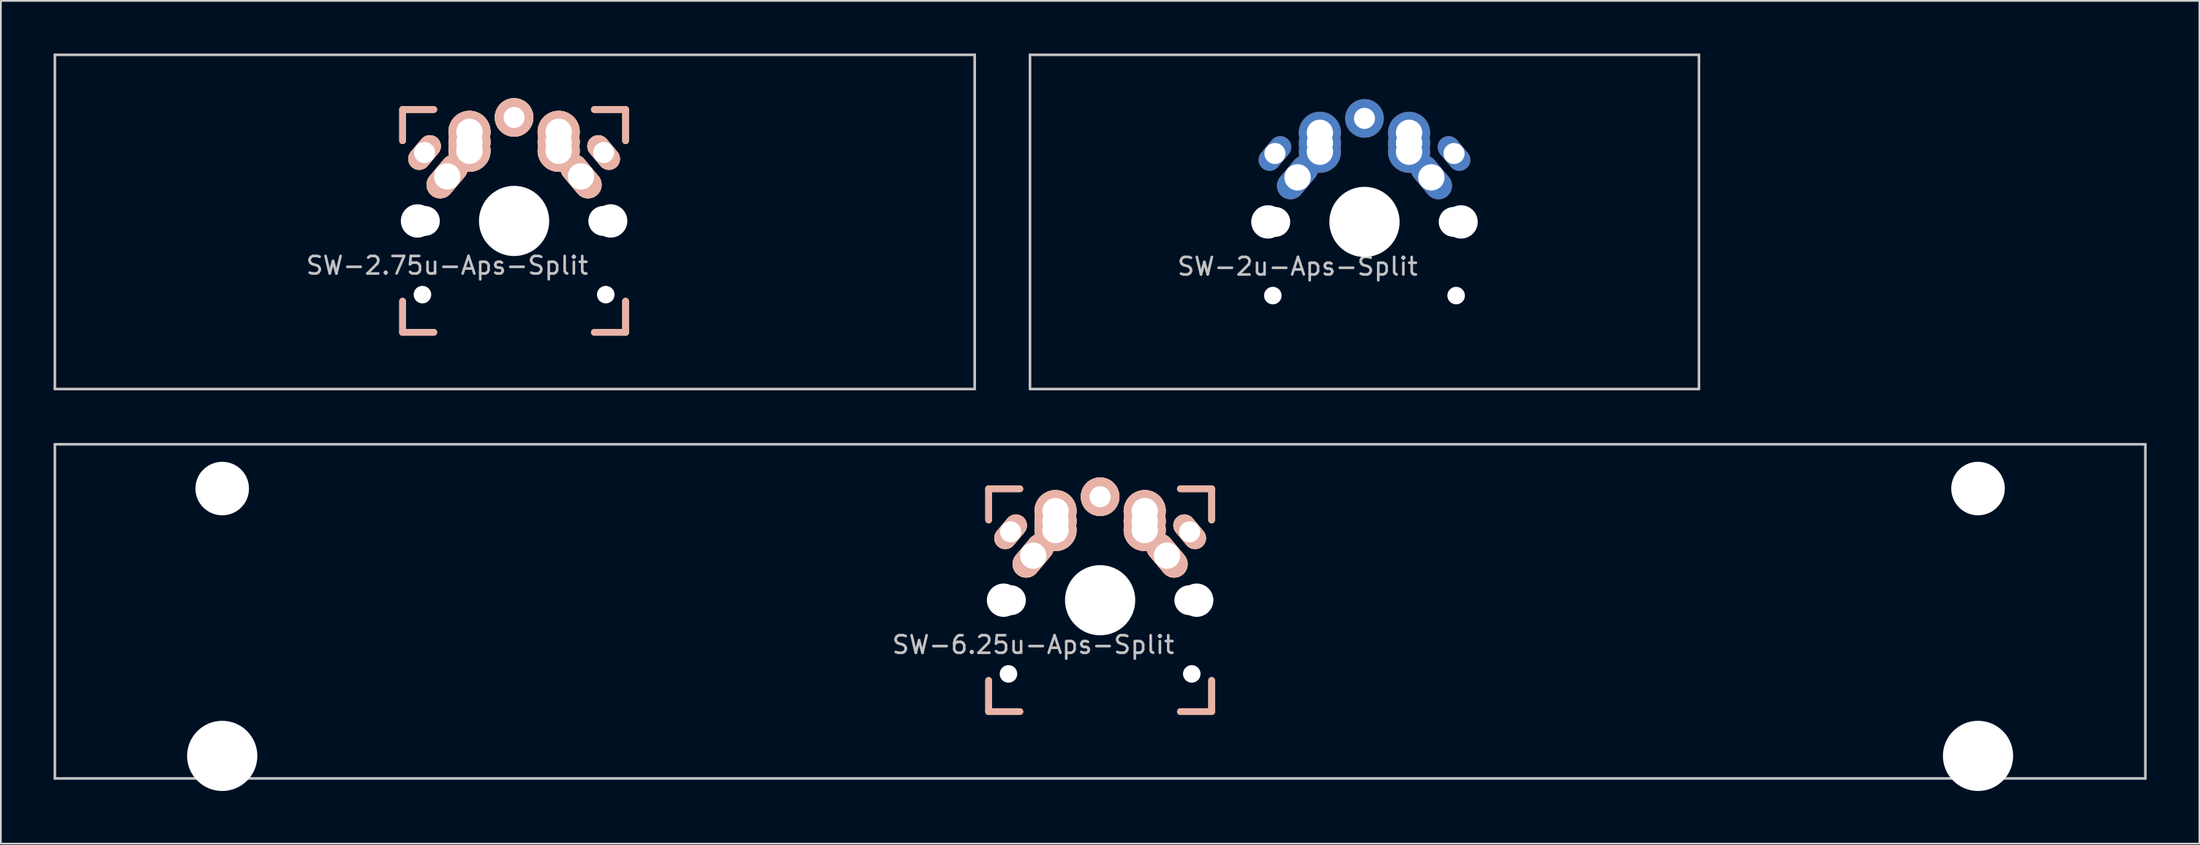
<source format=kicad_pcb>
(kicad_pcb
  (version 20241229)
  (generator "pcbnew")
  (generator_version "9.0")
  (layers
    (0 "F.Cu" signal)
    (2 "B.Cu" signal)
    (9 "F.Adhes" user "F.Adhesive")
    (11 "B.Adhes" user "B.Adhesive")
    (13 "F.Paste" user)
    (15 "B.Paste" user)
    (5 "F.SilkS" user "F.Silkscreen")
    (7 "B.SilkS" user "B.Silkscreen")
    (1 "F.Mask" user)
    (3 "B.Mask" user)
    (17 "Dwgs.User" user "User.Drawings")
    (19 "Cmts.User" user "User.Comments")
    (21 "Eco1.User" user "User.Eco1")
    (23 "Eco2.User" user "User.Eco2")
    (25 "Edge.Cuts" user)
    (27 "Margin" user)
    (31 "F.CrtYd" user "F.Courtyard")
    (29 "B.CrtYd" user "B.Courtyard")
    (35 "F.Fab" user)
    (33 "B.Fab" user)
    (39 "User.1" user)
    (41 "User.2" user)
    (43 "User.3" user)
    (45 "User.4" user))
  (footprint "SW-2u-Aps-Split"
    (layer "F.Cu")
    (at 74.662 9.6)
    (property "Reference" "SW-2u-Aps-Split" (at -3.81 2.54 0) (layer "Dwgs.User") (effects (font (size 1 1) (thickness 0.15))))
    (attr through_hole)
    (fp_line (start -19.05 -9.525) (end 19.05 -9.525) (stroke (width 0.15) (type solid)) (layer "Dwgs.User"))
    (fp_line (start -19.05 9.525) (end -19.05 -9.525) (stroke (width 0.15) (type solid)) (layer "Dwgs.User"))
    (fp_line (start 19.05 -9.525) (end 19.05 9.525) (stroke (width 0.15) (type solid)) (layer "Dwgs.User"))
    (fp_line (start 19.05 9.525) (end -19.05 9.525) (stroke (width 0.15) (type solid)) (layer "Dwgs.User"))
    (fp_line (start -7.798 -6.005) (end -6.985 -6.005) (stroke (width 0.152) (type solid)) (layer "Eco2.User"))
    (fp_line (start -7.798 -2.504) (end -7.798 -6.005) (stroke (width 0.152) (type solid)) (layer "Eco2.User"))
    (fp_line (start -7.798 2.504) (end -6.985 2.504) (stroke (width 0.152) (type solid)) (layer "Eco2.User"))
    (fp_line (start -7.798 6.005) (end -7.798 2.504) (stroke (width 0.152) (type solid)) (layer "Eco2.User"))
    (fp_line (start -6.985 -6.985) (end 6.985 -6.985) (stroke (width 0.152) (type solid)) (layer "Eco2.User"))
    (fp_line (start -6.985 -6.005) (end -6.985 -6.985) (stroke (width 0.152) (type solid)) (layer "Eco2.User"))
    (fp_line (start -6.985 -2.504) (end -7.798 -2.504) (stroke (width 0.152) (type solid)) (layer "Eco2.User"))
    (fp_line (start -6.985 2.504) (end -6.985 -2.504) (stroke (width 0.152) (type solid)) (layer "Eco2.User"))
    (fp_line (start -6.985 6.005) (end -7.798 6.005) (stroke (width 0.152) (type solid)) (layer "Eco2.User"))
    (fp_line (start -6.985 6.985) (end -6.985 6.005) (stroke (width 0.152) (type solid)) (layer "Eco2.User"))
    (fp_line (start 6.985 -6.985) (end 6.985 -6.005) (stroke (width 0.152) (type solid)) (layer "Eco2.User"))
    (fp_line (start 6.985 -6.005) (end 7.798 -6.005) (stroke (width 0.152) (type solid)) (layer "Eco2.User"))
    (fp_line (start 6.985 -2.504) (end 6.985 2.504) (stroke (width 0.152) (type solid)) (layer "Eco2.User"))
    (fp_line (start 6.985 2.504) (end 7.798 2.504) (stroke (width 0.152) (type solid)) (layer "Eco2.User"))
    (fp_line (start 6.985 6.005) (end 6.985 6.985) (stroke (width 0.152) (type solid)) (layer "Eco2.User"))
    (fp_line (start 6.985 6.985) (end -6.985 6.985) (stroke (width 0.152) (type solid)) (layer "Eco2.User"))
    (fp_line (start 7.798 -6.005) (end 7.798 -2.504) (stroke (width 0.152) (type solid)) (layer "Eco2.User"))
    (fp_line (start 7.798 -2.504) (end 6.985 -2.504) (stroke (width 0.152) (type solid)) (layer "Eco2.User"))
    (fp_line (start 7.798 2.504) (end 7.798 6.005) (stroke (width 0.152) (type solid)) (layer "Eco2.User"))
    (fp_line (start 7.798 6.005) (end 6.985 6.005) (stroke (width 0.152) (type solid)) (layer "Eco2.User"))
    (fp_text user " " (at 5.08 5.08 180) (layer "Dwgs.User") (effects (font (size 1 1) (thickness 0.15))))
    (fp_text user " " (at -5.08 5.08 0) (layer "Dwgs.User") (effects (font (size 1 1) (thickness 0.15))))
    (fp_text user " " (at 0 0 0) (layer "F.Fab") (effects (font (size 1 1) (thickness 0.15))))
    (pad "" np_thru_hole circle (at -5.5 0 90) (size 1.9 1.9) (drill 1.9) (layers "*.Cu" "*.Mask"))
    (pad "" np_thru_hole circle (at -5.22 4.2) (size 1 1) (drill 1) (layers "*.Cu" "*.Mask"))
    (pad "" np_thru_hole circle (at -5.08 0) (size 1.7 1.7) (drill 1.7) (layers "*.Cu" "*.Mask"))
    (pad "" np_thru_hole circle (at 0 0 90) (size 4 4) (drill 4) (layers "*.Cu" "*.Mask"))
    (pad "" np_thru_hole circle (at 5.08 0) (size 1.7 1.7) (drill 1.7) (layers "*.Cu" "*.Mask"))
    (pad "" np_thru_hole circle (at 5.22 4.2) (size 1 1) (drill 1) (layers "*.Cu" "*.Mask"))
    (pad "" np_thru_hole circle (at 5.5 0 90) (size 1.9 1.9) (drill 1.9) (layers "*.Cu" "*.Mask"))
    (pad "1" thru_hole circle (at 0 -5.9 90) (size 2.2 2.2) (drill 1.2) (layers "*.Cu" "*.Mask"))
    (pad "1" thru_hole circle (at 2.54 -5.08) (size 2.4 2.4) (drill 1.5) (layers "*.Cu" "*.Mask"))
    (pad "1" thru_hole circle (at 2.54 -4.5) (size 2.4 2.4) (drill 1.5) (layers "*.Cu" "*.Mask"))
    (pad "1" thru_hole circle (at 2.54 -4) (size 2.4 2.4) (drill 1.5) (layers "*.Cu" "*.Mask"))
    (pad "1" thru_hole oval (at 3.81 -2.54 310) (size 2.8 1.55) (drill 1.5) (layers "*.Cu" "*.Mask"))
    (pad "2" thru_hole oval (at -5.1 -3.9 50) (size 2.2 1.25) (drill 1.2) (layers "*.Cu" "*.Mask"))
    (pad "2" thru_hole oval (at -3.81 -2.54 50) (size 2.8 1.55) (drill 1.5) (layers "*.Cu" "*.Mask"))
    (pad "2" thru_hole circle (at -2.54 -5.08) (size 2.4 2.4) (drill 1.5) (layers "*.Cu" "*.Mask"))
    (pad "2" thru_hole circle (at -2.54 -4.5) (size 2.4 2.4) (drill 1.5) (layers "*.Cu" "*.Mask"))
    (pad "2" thru_hole circle (at -2.54 -4) (size 2.4 2.4) (drill 1.5) (layers "*.Cu" "*.Mask"))
    (pad "2" thru_hole oval (at 5.1 -3.9 310) (size 2.2 1.25) (drill 1.2) (layers "*.Cu" "*.Mask")))
  (footprint "SW-6.25u-Aps-Split"
    (layer "F.Cu")
    (at 59.606 31.165)
    (property "Reference" "SW-6.25u-Aps-Split" (at -3.81 2.54 0) (layer "Dwgs.User") (effects (font (size 1 1) (thickness 0.15))))
    (attr through_hole)
    (fp_line (start -6.35 -6.35) (end -4.572 -6.35) (stroke (width 0.381) (type solid)) (layer "F.SilkS"))
    (fp_line (start -6.35 -4.572) (end -6.35 -6.35) (stroke (width 0.381) (type solid)) (layer "F.SilkS"))
    (fp_line (start -6.35 6.35) (end -6.35 4.572) (stroke (width 0.381) (type solid)) (layer "F.SilkS"))
    (fp_line (start -4.572 6.35) (end -6.35 6.35) (stroke (width 0.381) (type solid)) (layer "F.SilkS"))
    (fp_line (start 4.572 -6.35) (end 6.35 -6.35) (stroke (width 0.381) (type solid)) (layer "F.SilkS"))
    (fp_line (start 6.35 -6.35) (end 6.35 -4.572) (stroke (width 0.381) (type solid)) (layer "F.SilkS"))
    (fp_line (start 6.35 4.572) (end 6.35 6.35) (stroke (width 0.381) (type solid)) (layer "F.SilkS"))
    (fp_line (start 6.35 6.35) (end 4.572 6.35) (stroke (width 0.381) (type solid)) (layer "F.SilkS"))
    (fp_line (start -6.35 -6.35) (end -6.35 -4.572) (stroke (width 0.381) (type solid)) (layer "B.SilkS"))
    (fp_line (start -6.35 4.572) (end -6.35 6.35) (stroke (width 0.381) (type solid)) (layer "B.SilkS"))
    (fp_line (start -6.35 6.35) (end -4.572 6.35) (stroke (width 0.381) (type solid)) (layer "B.SilkS"))
    (fp_line (start -4.572 -6.35) (end -6.35 -6.35) (stroke (width 0.381) (type solid)) (layer "B.SilkS"))
    (fp_line (start 4.572 6.35) (end 6.35 6.35) (stroke (width 0.381) (type solid)) (layer "B.SilkS"))
    (fp_line (start 6.35 -6.35) (end 4.572 -6.35) (stroke (width 0.381) (type solid)) (layer "B.SilkS"))
    (fp_line (start 6.35 -4.572) (end 6.35 -6.35) (stroke (width 0.381) (type solid)) (layer "B.SilkS"))
    (fp_line (start 6.35 6.35) (end 6.35 4.572) (stroke (width 0.381) (type solid)) (layer "B.SilkS"))
    (fp_line (start -59.531 -8.89) (end 59.531 -8.89) (stroke (width 0.15) (type solid)) (layer "Dwgs.User"))
    (fp_line (start -59.531 10.16) (end -59.531 -8.89) (stroke (width 0.15) (type solid)) (layer "Dwgs.User"))
    (fp_line (start 59.531 -8.89) (end 59.531 10.16) (stroke (width 0.15) (type solid)) (layer "Dwgs.User"))
    (fp_line (start 59.531 10.16) (end -59.531 10.16) (stroke (width 0.15) (type solid)) (layer "Dwgs.User"))
    (fp_line (start -7.798 -6.005) (end -6.985 -6.005) (stroke (width 0.152) (type solid)) (layer "Eco2.User"))
    (fp_line (start -7.798 -2.504) (end -7.798 -6.005) (stroke (width 0.152) (type solid)) (layer "Eco2.User"))
    (fp_line (start -7.798 2.504) (end -6.985 2.504) (stroke (width 0.152) (type solid)) (layer "Eco2.User"))
    (fp_line (start -7.798 6.005) (end -7.798 2.504) (stroke (width 0.152) (type solid)) (layer "Eco2.User"))
    (fp_line (start -6.985 -6.985) (end 6.985 -6.985) (stroke (width 0.152) (type solid)) (layer "Eco2.User"))
    (fp_line (start -6.985 -6.005) (end -6.985 -6.985) (stroke (width 0.152) (type solid)) (layer "Eco2.User"))
    (fp_line (start -6.985 -2.504) (end -7.798 -2.504) (stroke (width 0.152) (type solid)) (layer "Eco2.User"))
    (fp_line (start -6.985 2.504) (end -6.985 -2.504) (stroke (width 0.152) (type solid)) (layer "Eco2.User"))
    (fp_line (start -6.985 6.005) (end -7.798 6.005) (stroke (width 0.152) (type solid)) (layer "Eco2.User"))
    (fp_line (start -6.985 6.985) (end -6.985 6.005) (stroke (width 0.152) (type solid)) (layer "Eco2.User"))
    (fp_line (start 6.985 -6.985) (end 6.985 -6.005) (stroke (width 0.152) (type solid)) (layer "Eco2.User"))
    (fp_line (start 6.985 -6.005) (end 7.798 -6.005) (stroke (width 0.152) (type solid)) (layer "Eco2.User"))
    (fp_line (start 6.985 -2.504) (end 6.985 2.504) (stroke (width 0.152) (type solid)) (layer "Eco2.User"))
    (fp_line (start 6.985 2.504) (end 7.798 2.504) (stroke (width 0.152) (type solid)) (layer "Eco2.User"))
    (fp_line (start 6.985 6.005) (end 6.985 6.985) (stroke (width 0.152) (type solid)) (layer "Eco2.User"))
    (fp_line (start 6.985 6.985) (end -6.985 6.985) (stroke (width 0.152) (type solid)) (layer "Eco2.User"))
    (fp_line (start 7.798 -6.005) (end 7.798 -2.504) (stroke (width 0.152) (type solid)) (layer "Eco2.User"))
    (fp_line (start 7.798 -2.504) (end 6.985 -2.504) (stroke (width 0.152) (type solid)) (layer "Eco2.User"))
    (fp_line (start 7.798 2.504) (end 7.798 6.005) (stroke (width 0.152) (type solid)) (layer "Eco2.User"))
    (fp_line (start 7.798 6.005) (end 6.985 6.005) (stroke (width 0.152) (type solid)) (layer "Eco2.User"))
    (fp_text user " " (at -5.08 5.08 0) (layer "Dwgs.User") (effects (font (size 1 1) (thickness 0.15))))
    (fp_text user " " (at 5.08 5.08 180) (layer "Dwgs.User") (effects (font (size 1 1) (thickness 0.15))))
    (fp_text user " " (at 0 0 0) (layer "F.Fab") (effects (font (size 1 1) (thickness 0.15))))
    (pad "" np_thru_hole circle (at -50 -6.365) (size 3.05 3.05) (drill 3.05) (layers "*.Cu" "*.Mask"))
    (pad "" np_thru_hole circle (at -50 8.875) (size 4 4) (drill 4) (layers "*.Cu" "*.Mask"))
    (pad "" np_thru_hole circle (at -5.5 0 90) (size 1.9 1.9) (drill 1.9) (layers "*.Cu" "*.Mask"))
    (pad "" np_thru_hole circle (at -5.22 4.2) (size 1 1) (drill 1) (layers "*.Cu" "*.Mask"))
    (pad "" np_thru_hole circle (at -5.08 0) (size 1.7 1.7) (drill 1.7) (layers "*.Cu" "*.Mask"))
    (pad "" np_thru_hole circle (at 0 0 90) (size 4 4) (drill 4) (layers "*.Cu" "*.Mask"))
    (pad "" np_thru_hole circle (at 5.08 0) (size 1.7 1.7) (drill 1.7) (layers "*.Cu" "*.Mask"))
    (pad "" np_thru_hole circle (at 5.22 4.2) (size 1 1) (drill 1) (layers "*.Cu" "*.Mask"))
    (pad "" np_thru_hole circle (at 5.5 0 90) (size 1.9 1.9) (drill 1.9) (layers "*.Cu" "*.Mask"))
    (pad "" np_thru_hole circle (at 50 -6.365) (size 3.05 3.05) (drill 3.05) (layers "*.Cu" "*.Mask"))
    (pad "" np_thru_hole circle (at 50 8.875) (size 4 4) (drill 4) (layers "*.Cu" "*.Mask"))
    (pad "1" thru_hole circle (at 0 -5.9 90) (size 2.2 2.2) (drill 1.2) (layers "*.Cu" "*.SilkS" "*.Mask"))
    (pad "1" thru_hole circle (at 2.54 -5.08) (size 2.4 2.4) (drill 1.5) (layers "*.Cu" "*.SilkS" "*.Mask"))
    (pad "1" thru_hole circle (at 2.54 -4.5) (size 2.4 2.4) (drill 1.5) (layers "*.Cu" "*.SilkS" "*.Mask"))
    (pad "1" thru_hole circle (at 2.54 -4) (size 2.4 2.4) (drill 1.5) (layers "*.Cu" "*.SilkS" "*.Mask"))
    (pad "1" thru_hole oval (at 3.81 -2.54 310) (size 2.8 1.55) (drill 1.5) (layers "*.Cu" "*.SilkS" "*.Mask"))
    (pad "2" thru_hole oval (at -5.1 -3.9 50) (size 2.2 1.25) (drill 1.2) (layers "*.Cu" "*.SilkS" "*.Mask"))
    (pad "2" thru_hole oval (at -3.81 -2.54 50) (size 2.8 1.55) (drill 1.5) (layers "*.Cu" "*.SilkS" "*.Mask"))
    (pad "2" thru_hole circle (at -2.54 -5.08) (size 2.4 2.4) (drill 1.5) (layers "*.Cu" "*.SilkS" "*.Mask"))
    (pad "2" thru_hole circle (at -2.54 -4.5) (size 2.4 2.4) (drill 1.5) (layers "*.Cu" "*.SilkS" "*.Mask"))
    (pad "2" thru_hole circle (at -2.54 -4) (size 2.4 2.4) (drill 1.5) (layers "*.Cu" "*.SilkS" "*.Mask"))
    (pad "2" thru_hole oval (at 5.1 -3.9 310) (size 2.2 1.25) (drill 1.2) (layers "*.Cu" "*.SilkS" "*.Mask")))
  (footprint "SW-2.75u-Aps-Split"
    (layer "F.Cu")
    (at 26.229 9.545)
    (property "Reference" "SW-2.75u-Aps-Split" (at -3.81 2.54 0) (layer "Dwgs.User") (effects (font (size 1 1) (thickness 0.15))))
    (attr through_hole)
    (fp_line (start -6.35 -6.35) (end -4.572 -6.35) (stroke (width 0.381) (type solid)) (layer "F.SilkS"))
    (fp_line (start -6.35 -4.572) (end -6.35 -6.35) (stroke (width 0.381) (type solid)) (layer "F.SilkS"))
    (fp_line (start -6.35 6.35) (end -6.35 4.572) (stroke (width 0.381) (type solid)) (layer "F.SilkS"))
    (fp_line (start -4.572 6.35) (end -6.35 6.35) (stroke (width 0.381) (type solid)) (layer "F.SilkS"))
    (fp_line (start 4.572 -6.35) (end 6.35 -6.35) (stroke (width 0.381) (type solid)) (layer "F.SilkS"))
    (fp_line (start 6.35 -6.35) (end 6.35 -4.572) (stroke (width 0.381) (type solid)) (layer "F.SilkS"))
    (fp_line (start 6.35 4.572) (end 6.35 6.35) (stroke (width 0.381) (type solid)) (layer "F.SilkS"))
    (fp_line (start 6.35 6.35) (end 4.572 6.35) (stroke (width 0.381) (type solid)) (layer "F.SilkS"))
    (fp_line (start -6.35 -6.35) (end -6.35 -4.572) (stroke (width 0.381) (type solid)) (layer "B.SilkS"))
    (fp_line (start -6.35 4.572) (end -6.35 6.35) (stroke (width 0.381) (type solid)) (layer "B.SilkS"))
    (fp_line (start -6.35 6.35) (end -4.572 6.35) (stroke (width 0.381) (type solid)) (layer "B.SilkS"))
    (fp_line (start -4.572 -6.35) (end -6.35 -6.35) (stroke (width 0.381) (type solid)) (layer "B.SilkS"))
    (fp_line (start 4.572 6.35) (end 6.35 6.35) (stroke (width 0.381) (type solid)) (layer "B.SilkS"))
    (fp_line (start 6.35 -6.35) (end 4.572 -6.35) (stroke (width 0.381) (type solid)) (layer "B.SilkS"))
    (fp_line (start 6.35 -4.572) (end 6.35 -6.35) (stroke (width 0.381) (type solid)) (layer "B.SilkS"))
    (fp_line (start 6.35 6.35) (end 6.35 4.572) (stroke (width 0.381) (type solid)) (layer "B.SilkS"))
    (fp_line (start -26.154 -9.47) (end 26.234 -9.47) (stroke (width 0.15) (type solid)) (layer "Dwgs.User"))
    (fp_line (start -26.154 9.58) (end -26.154 -9.47) (stroke (width 0.15) (type solid)) (layer "Dwgs.User"))
    (fp_line (start 26.234 -9.47) (end 26.234 9.58) (stroke (width 0.15) (type solid)) (layer "Dwgs.User"))
    (fp_line (start 26.234 9.58) (end -26.154 9.58) (stroke (width 0.15) (type solid)) (layer "Dwgs.User"))
    (fp_line (start -7.798 -6.005) (end -6.985 -6.005) (stroke (width 0.152) (type solid)) (layer "Eco2.User"))
    (fp_line (start -7.798 -2.504) (end -7.798 -6.005) (stroke (width 0.152) (type solid)) (layer "Eco2.User"))
    (fp_line (start -7.798 2.504) (end -6.985 2.504) (stroke (width 0.152) (type solid)) (layer "Eco2.User"))
    (fp_line (start -7.798 6.005) (end -7.798 2.504) (stroke (width 0.152) (type solid)) (layer "Eco2.User"))
    (fp_line (start -6.985 -6.985) (end 6.985 -6.985) (stroke (width 0.152) (type solid)) (layer "Eco2.User"))
    (fp_line (start -6.985 -6.005) (end -6.985 -6.985) (stroke (width 0.152) (type solid)) (layer "Eco2.User"))
    (fp_line (start -6.985 -2.504) (end -7.798 -2.504) (stroke (width 0.152) (type solid)) (layer "Eco2.User"))
    (fp_line (start -6.985 2.504) (end -6.985 -2.504) (stroke (width 0.152) (type solid)) (layer "Eco2.User"))
    (fp_line (start -6.985 6.005) (end -7.798 6.005) (stroke (width 0.152) (type solid)) (layer "Eco2.User"))
    (fp_line (start -6.985 6.985) (end -6.985 6.005) (stroke (width 0.152) (type solid)) (layer "Eco2.User"))
    (fp_line (start 6.985 -6.985) (end 6.985 -6.005) (stroke (width 0.152) (type solid)) (layer "Eco2.User"))
    (fp_line (start 6.985 -6.005) (end 7.798 -6.005) (stroke (width 0.152) (type solid)) (layer "Eco2.User"))
    (fp_line (start 6.985 -2.504) (end 6.985 2.504) (stroke (width 0.152) (type solid)) (layer "Eco2.User"))
    (fp_line (start 6.985 2.504) (end 7.798 2.504) (stroke (width 0.152) (type solid)) (layer "Eco2.User"))
    (fp_line (start 6.985 6.005) (end 6.985 6.985) (stroke (width 0.152) (type solid)) (layer "Eco2.User"))
    (fp_line (start 6.985 6.985) (end -6.985 6.985) (stroke (width 0.152) (type solid)) (layer "Eco2.User"))
    (fp_line (start 7.798 -6.005) (end 7.798 -2.504) (stroke (width 0.152) (type solid)) (layer "Eco2.User"))
    (fp_line (start 7.798 -2.504) (end 6.985 -2.504) (stroke (width 0.152) (type solid)) (layer "Eco2.User"))
    (fp_line (start 7.798 2.504) (end 7.798 6.005) (stroke (width 0.152) (type solid)) (layer "Eco2.User"))
    (fp_line (start 7.798 6.005) (end 6.985 6.005) (stroke (width 0.152) (type solid)) (layer "Eco2.User"))
    (fp_text user " " (at 5.08 5.08 180) (layer "Dwgs.User") (effects (font (size 1 1) (thickness 0.15))))
    (fp_text user " " (at -5.08 5.08 0) (layer "Dwgs.User") (effects (font (size 1 1) (thickness 0.15))))
    (fp_text user " " (at 0 0 0) (layer "F.Fab") (effects (font (size 1 1) (thickness 0.15))))
    (pad "" np_thru_hole circle (at -5.5 0 90) (size 1.9 1.9) (drill 1.9) (layers "*.Cu" "*.Mask"))
    (pad "" np_thru_hole circle (at -5.22 4.2) (size 1 1) (drill 1) (layers "*.Cu" "*.Mask"))
    (pad "" np_thru_hole circle (at -5.08 0) (size 1.7 1.7) (drill 1.7) (layers "*.Cu" "*.Mask"))
    (pad "" np_thru_hole circle (at 0 0 90) (size 4 4) (drill 4) (layers "*.Cu" "*.Mask"))
    (pad "" np_thru_hole circle (at 5.08 0) (size 1.7 1.7) (drill 1.7) (layers "*.Cu" "*.Mask"))
    (pad "" np_thru_hole circle (at 5.22 4.2) (size 1 1) (drill 1) (layers "*.Cu" "*.Mask"))
    (pad "" np_thru_hole circle (at 5.5 0 90) (size 1.9 1.9) (drill 1.9) (layers "*.Cu" "*.Mask"))
    (pad "1" thru_hole circle (at 0 -5.9 90) (size 2.2 2.2) (drill 1.2) (layers "*.Cu" "*.SilkS" "*.Mask"))
    (pad "1" thru_hole circle (at 2.54 -5.08) (size 2.4 2.4) (drill 1.5) (layers "*.Cu" "*.SilkS" "*.Mask"))
    (pad "1" thru_hole circle (at 2.54 -4.5) (size 2.4 2.4) (drill 1.5) (layers "*.Cu" "*.SilkS" "*.Mask"))
    (pad "1" thru_hole circle (at 2.54 -4) (size 2.4 2.4) (drill 1.5) (layers "*.Cu" "*.SilkS" "*.Mask"))
    (pad "1" thru_hole oval (at 3.81 -2.54 310) (size 2.8 1.55) (drill 1.5) (layers "*.Cu" "*.SilkS" "*.Mask"))
    (pad "2" thru_hole oval (at -5.1 -3.9 50) (size 2.2 1.25) (drill 1.2) (layers "*.Cu" "*.SilkS" "*.Mask"))
    (pad "2" thru_hole oval (at -3.81 -2.54 50) (size 2.8 1.55) (drill 1.5) (layers "*.Cu" "*.SilkS" "*.Mask"))
    (pad "2" thru_hole circle (at -2.54 -5.08) (size 2.4 2.4) (drill 1.5) (layers "*.Cu" "*.SilkS" "*.Mask"))
    (pad "2" thru_hole circle (at -2.54 -4.5) (size 2.4 2.4) (drill 1.5) (layers "*.Cu" "*.SilkS" "*.Mask"))
    (pad "2" thru_hole circle (at -2.54 -4) (size 2.4 2.4) (drill 1.5) (layers "*.Cu" "*.SilkS" "*.Mask"))
    (pad "2" thru_hole oval (at 5.1 -3.9 310) (size 2.2 1.25) (drill 1.2) (layers "*.Cu" "*.SilkS" "*.Mask")))
  (gr_rect
    (start -3 -3)
    (end 122.213 45.04)
    (stroke (width 0.1) (type default))
    (fill no)
    (layer "Edge.Cuts")))
</source>
